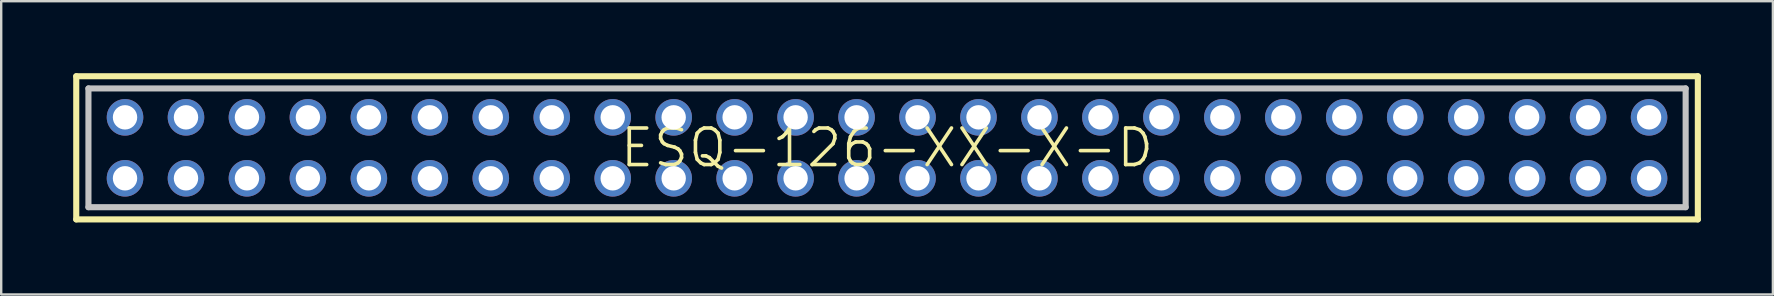
<source format=kicad_pcb>
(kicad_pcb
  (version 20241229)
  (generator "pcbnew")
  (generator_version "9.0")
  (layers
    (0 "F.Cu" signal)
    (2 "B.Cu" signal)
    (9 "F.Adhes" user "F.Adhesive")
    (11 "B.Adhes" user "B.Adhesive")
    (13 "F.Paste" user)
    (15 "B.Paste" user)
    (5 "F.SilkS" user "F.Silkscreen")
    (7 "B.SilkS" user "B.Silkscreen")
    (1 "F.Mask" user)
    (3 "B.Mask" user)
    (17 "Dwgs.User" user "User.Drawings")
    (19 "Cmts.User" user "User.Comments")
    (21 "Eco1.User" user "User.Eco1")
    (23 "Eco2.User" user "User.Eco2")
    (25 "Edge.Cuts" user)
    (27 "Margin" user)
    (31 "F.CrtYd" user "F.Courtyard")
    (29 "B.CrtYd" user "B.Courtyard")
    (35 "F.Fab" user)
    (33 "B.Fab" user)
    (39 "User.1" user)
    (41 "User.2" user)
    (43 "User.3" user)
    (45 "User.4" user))
  (footprint "ESQ-126-XX-X-D"
    (layer "F.Cu")
    (at 33.909 3.109)
    (property "Reference" "ESQ-126-XX-X-D" (at 0 0 0) (layer "F.SilkS") (effects (font (size 1.524 1.524) (thickness 0.15))))
    (attr exclude_from_pos_files exclude_from_bom)
    (fp_line (start -33.782 -2.982) (end 33.782 -2.982) (stroke (width 0.254) (type solid)) (layer "F.SilkS"))
    (fp_line (start -33.782 2.982) (end -33.782 -2.982) (stroke (width 0.254) (type solid)) (layer "F.SilkS"))
    (fp_line (start 33.782 -2.982) (end 33.782 2.982) (stroke (width 0.254) (type solid)) (layer "F.SilkS"))
    (fp_line (start 33.782 2.982) (end -33.782 2.982) (stroke (width 0.254) (type solid)) (layer "F.SilkS"))
    (fp_line (start -33.274 -2.474) (end 33.274 -2.474) (stroke (width 0.254) (type solid)) (layer "Dwgs.User"))
    (fp_line (start -33.274 2.474) (end -33.274 -2.474) (stroke (width 0.254) (type solid)) (layer "Dwgs.User"))
    (fp_line (start 33.274 -2.474) (end 33.274 2.474) (stroke (width 0.254) (type solid)) (layer "Dwgs.User"))
    (fp_line (start 33.274 2.474) (end -33.274 2.474) (stroke (width 0.254) (type solid)) (layer "Dwgs.User"))
    (pad "1" thru_hole circle (at -31.75 1.27) (size 1.524 1.524) (drill 1.016) (layers "*.Cu" "*.Paste" "*.Mask"))
    (pad "2" thru_hole circle (at -31.75 -1.27) (size 1.524 1.524) (drill 1.016) (layers "*.Cu" "*.Paste" "*.Mask"))
    (pad "3" thru_hole circle (at -29.21 1.27) (size 1.524 1.524) (drill 1.016) (layers "*.Cu" "*.Paste" "*.Mask"))
    (pad "4" thru_hole circle (at -29.21 -1.27) (size 1.524 1.524) (drill 1.016) (layers "*.Cu" "*.Paste" "*.Mask"))
    (pad "5" thru_hole circle (at -26.67 1.27) (size 1.524 1.524) (drill 1.016) (layers "*.Cu" "*.Paste" "*.Mask"))
    (pad "6" thru_hole circle (at -26.67 -1.27) (size 1.524 1.524) (drill 1.016) (layers "*.Cu" "*.Paste" "*.Mask"))
    (pad "7" thru_hole circle (at -24.13 1.27) (size 1.524 1.524) (drill 1.016) (layers "*.Cu" "*.Paste" "*.Mask"))
    (pad "8" thru_hole circle (at -24.13 -1.27) (size 1.524 1.524) (drill 1.016) (layers "*.Cu" "*.Paste" "*.Mask"))
    (pad "9" thru_hole circle (at -21.59 1.27) (size 1.524 1.524) (drill 1.016) (layers "*.Cu" "*.Paste" "*.Mask"))
    (pad "10" thru_hole circle (at -21.59 -1.27) (size 1.524 1.524) (drill 1.016) (layers "*.Cu" "*.Paste" "*.Mask"))
    (pad "11" thru_hole circle (at -19.05 1.27) (size 1.524 1.524) (drill 1.016) (layers "*.Cu" "*.Paste" "*.Mask"))
    (pad "12" thru_hole circle (at -19.05 -1.27) (size 1.524 1.524) (drill 1.016) (layers "*.Cu" "*.Paste" "*.Mask"))
    (pad "13" thru_hole circle (at -16.51 1.27) (size 1.524 1.524) (drill 1.016) (layers "*.Cu" "*.Paste" "*.Mask"))
    (pad "14" thru_hole circle (at -16.51 -1.27) (size 1.524 1.524) (drill 1.016) (layers "*.Cu" "*.Paste" "*.Mask"))
    (pad "15" thru_hole circle (at -13.97 1.27) (size 1.524 1.524) (drill 1.016) (layers "*.Cu" "*.Paste" "*.Mask"))
    (pad "16" thru_hole circle (at -13.97 -1.27) (size 1.524 1.524) (drill 1.016) (layers "*.Cu" "*.Paste" "*.Mask"))
    (pad "17" thru_hole circle (at -11.43 1.27) (size 1.524 1.524) (drill 1.016) (layers "*.Cu" "*.Paste" "*.Mask"))
    (pad "18" thru_hole circle (at -11.43 -1.27) (size 1.524 1.524) (drill 1.016) (layers "*.Cu" "*.Paste" "*.Mask"))
    (pad "19" thru_hole circle (at -8.89 1.27) (size 1.524 1.524) (drill 1.016) (layers "*.Cu" "*.Paste" "*.Mask"))
    (pad "20" thru_hole circle (at -8.89 -1.27) (size 1.524 1.524) (drill 1.016) (layers "*.Cu" "*.Paste" "*.Mask"))
    (pad "21" thru_hole circle (at -6.35 1.27) (size 1.524 1.524) (drill 1.016) (layers "*.Cu" "*.Paste" "*.Mask"))
    (pad "22" thru_hole circle (at -6.35 -1.27) (size 1.524 1.524) (drill 1.016) (layers "*.Cu" "*.Paste" "*.Mask"))
    (pad "23" thru_hole circle (at -3.81 1.27) (size 1.524 1.524) (drill 1.016) (layers "*.Cu" "*.Paste" "*.Mask"))
    (pad "24" thru_hole circle (at -3.81 -1.27) (size 1.524 1.524) (drill 1.016) (layers "*.Cu" "*.Paste" "*.Mask"))
    (pad "25" thru_hole circle (at -1.27 1.27) (size 1.524 1.524) (drill 1.016) (layers "*.Cu" "*.Paste" "*.Mask"))
    (pad "26" thru_hole circle (at -1.27 -1.27) (size 1.524 1.524) (drill 1.016) (layers "*.Cu" "*.Paste" "*.Mask"))
    (pad "27" thru_hole circle (at 1.27 1.27) (size 1.524 1.524) (drill 1.016) (layers "*.Cu" "*.Paste" "*.Mask"))
    (pad "28" thru_hole circle (at 1.27 -1.27) (size 1.524 1.524) (drill 1.016) (layers "*.Cu" "*.Paste" "*.Mask"))
    (pad "29" thru_hole circle (at 3.81 1.27) (size 1.524 1.524) (drill 1.016) (layers "*.Cu" "*.Paste" "*.Mask"))
    (pad "30" thru_hole circle (at 3.81 -1.27) (size 1.524 1.524) (drill 1.016) (layers "*.Cu" "*.Paste" "*.Mask"))
    (pad "31" thru_hole circle (at 6.35 1.27) (size 1.524 1.524) (drill 1.016) (layers "*.Cu" "*.Paste" "*.Mask"))
    (pad "32" thru_hole circle (at 6.35 -1.27) (size 1.524 1.524) (drill 1.016) (layers "*.Cu" "*.Paste" "*.Mask"))
    (pad "33" thru_hole circle (at 8.89 1.27) (size 1.524 1.524) (drill 1.016) (layers "*.Cu" "*.Paste" "*.Mask"))
    (pad "34" thru_hole circle (at 8.89 -1.27) (size 1.524 1.524) (drill 1.016) (layers "*.Cu" "*.Paste" "*.Mask"))
    (pad "35" thru_hole circle (at 11.43 1.27) (size 1.524 1.524) (drill 1.016) (layers "*.Cu" "*.Paste" "*.Mask"))
    (pad "36" thru_hole circle (at 11.43 -1.27) (size 1.524 1.524) (drill 1.016) (layers "*.Cu" "*.Paste" "*.Mask"))
    (pad "37" thru_hole circle (at 13.97 1.27) (size 1.524 1.524) (drill 1.016) (layers "*.Cu" "*.Paste" "*.Mask"))
    (pad "38" thru_hole circle (at 13.97 -1.27) (size 1.524 1.524) (drill 1.016) (layers "*.Cu" "*.Paste" "*.Mask"))
    (pad "39" thru_hole circle (at 16.51 1.27) (size 1.524 1.524) (drill 1.016) (layers "*.Cu" "*.Paste" "*.Mask"))
    (pad "40" thru_hole circle (at 16.51 -1.27) (size 1.524 1.524) (drill 1.016) (layers "*.Cu" "*.Paste" "*.Mask"))
    (pad "41" thru_hole circle (at 19.05 1.27) (size 1.524 1.524) (drill 1.016) (layers "*.Cu" "*.Paste" "*.Mask"))
    (pad "42" thru_hole circle (at 19.05 -1.27) (size 1.524 1.524) (drill 1.016) (layers "*.Cu" "*.Paste" "*.Mask"))
    (pad "43" thru_hole circle (at 21.59 1.27) (size 1.524 1.524) (drill 1.016) (layers "*.Cu" "*.Paste" "*.Mask"))
    (pad "44" thru_hole circle (at 21.59 -1.27) (size 1.524 1.524) (drill 1.016) (layers "*.Cu" "*.Paste" "*.Mask"))
    (pad "45" thru_hole circle (at 24.13 1.27) (size 1.524 1.524) (drill 1.016) (layers "*.Cu" "*.Paste" "*.Mask"))
    (pad "46" thru_hole circle (at 24.13 -1.27) (size 1.524 1.524) (drill 1.016) (layers "*.Cu" "*.Paste" "*.Mask"))
    (pad "47" thru_hole circle (at 26.67 1.27) (size 1.524 1.524) (drill 1.016) (layers "*.Cu" "*.Paste" "*.Mask"))
    (pad "48" thru_hole circle (at 26.67 -1.27) (size 1.524 1.524) (drill 1.016) (layers "*.Cu" "*.Paste" "*.Mask"))
    (pad "49" thru_hole circle (at 29.21 1.27) (size 1.524 1.524) (drill 1.016) (layers "*.Cu" "*.Paste" "*.Mask"))
    (pad "50" thru_hole circle (at 29.21 -1.27) (size 1.524 1.524) (drill 1.016) (layers "*.Cu" "*.Paste" "*.Mask"))
    (pad "51" thru_hole circle (at 31.75 1.27) (size 1.524 1.524) (drill 1.016) (layers "*.Cu" "*.Paste" "*.Mask"))
    (pad "52" thru_hole circle (at 31.75 -1.27) (size 1.524 1.524) (drill 1.016) (layers "*.Cu" "*.Paste" "*.Mask")))
  (gr_rect
    (start -3 -3)
    (end 70.818 9.218)
    (stroke (width 0.1) (type default))
    (fill no)
    (layer "Edge.Cuts")))
</source>
